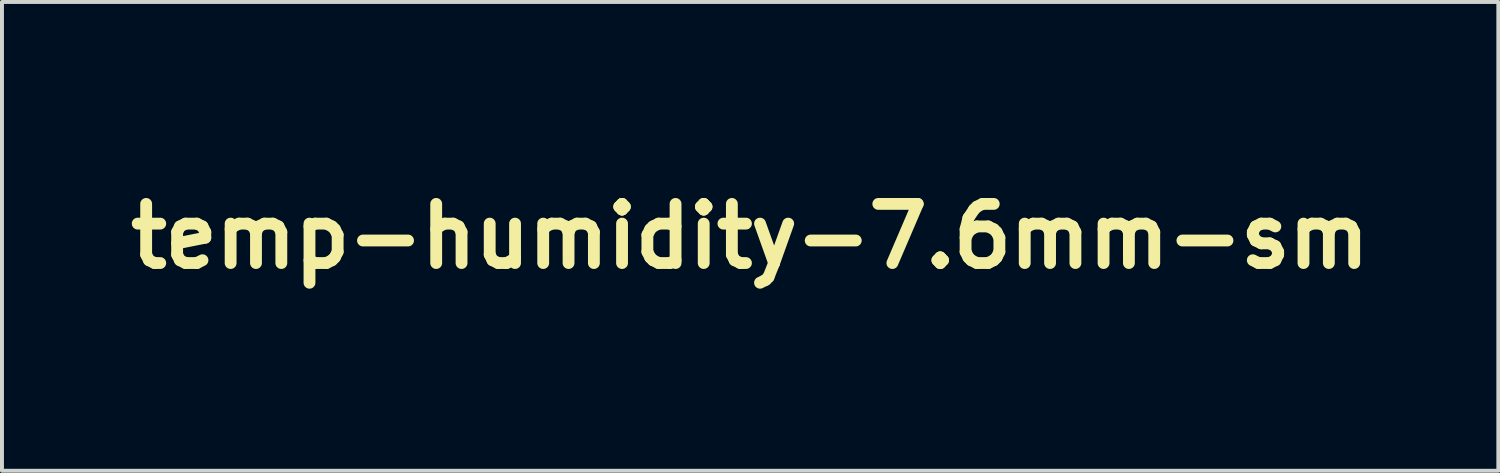
<source format=kicad_pcb>
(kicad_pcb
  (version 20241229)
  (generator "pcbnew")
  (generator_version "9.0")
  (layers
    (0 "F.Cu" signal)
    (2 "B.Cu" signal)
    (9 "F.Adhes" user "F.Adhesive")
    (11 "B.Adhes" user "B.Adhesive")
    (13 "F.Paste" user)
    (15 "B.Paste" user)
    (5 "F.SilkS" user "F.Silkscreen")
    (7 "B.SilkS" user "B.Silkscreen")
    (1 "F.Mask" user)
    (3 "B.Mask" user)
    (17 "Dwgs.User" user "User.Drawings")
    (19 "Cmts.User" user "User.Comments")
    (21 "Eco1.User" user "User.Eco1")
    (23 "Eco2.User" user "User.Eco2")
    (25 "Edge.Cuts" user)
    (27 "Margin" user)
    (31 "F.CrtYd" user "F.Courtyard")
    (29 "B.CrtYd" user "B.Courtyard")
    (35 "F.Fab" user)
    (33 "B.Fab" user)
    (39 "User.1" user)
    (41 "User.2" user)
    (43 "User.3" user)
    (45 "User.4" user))
  (footprint "temp-humidity-7.6mm-sm"
    (layer "F.Cu")
    (at 15.979 2.944)
    (property "Reference" "temp-humidity-7.6mm-sm" (at 0 0 0) (layer "F.SilkS") (effects (font (size 1.5 1.5) (thickness 0.3))))
    (attr board_only exclude_from_pos_files exclude_from_bom)
    (fp_poly (pts (xy 3.165 -1.009) (xy 3.261 -1.006) (xy 3.333 -1.001) (xy 3.386 -0.991) (xy 3.421 -0.977) (xy 3.443 -0.956) (xy 3.455 -0.929) (xy 3.459 -0.893) (xy 3.459 -0.874) (xy 3.446 -0.825) (xy 3.422 -0.794) (xy 3.386 -0.757) (xy 3.058 -0.757) (xy 2.729 -0.757) (xy 2.686 -0.8) (xy 2.654 -0.843) (xy 2.642 -0.883) (xy 2.654 -0.924) (xy 2.686 -0.966) (xy 2.729 -1.009) (xy 3.043 -1.009)) (stroke (width 0) (type solid)) (fill yes) (layer "F.Mask"))
    (fp_poly (pts (xy 3.422 0.304) (xy 3.452 0.349) (xy 3.459 0.384) (xy 3.457 0.424) (xy 3.449 0.455) (xy 3.433 0.479) (xy 3.403 0.496) (xy 3.359 0.507) (xy 3.296 0.514) (xy 3.211 0.518) (xy 3.101 0.519) (xy 3.043 0.52) (xy 2.729 0.52) (xy 2.686 0.476) (xy 2.654 0.434) (xy 2.642 0.393) (xy 2.654 0.353) (xy 2.686 0.311) (xy 2.729 0.267) (xy 3.058 0.267) (xy 3.386 0.267)) (stroke (width 0) (type solid)) (fill yes) (layer "F.Mask"))
    (fp_poly (pts (xy 3.067 -0.368) (xy 3.175 -0.367) (xy 3.257 -0.365) (xy 3.317 -0.363) (xy 3.36 -0.36) (xy 3.389 -0.356) (xy 3.407 -0.35) (xy 3.419 -0.341) (xy 3.429 -0.331) (xy 3.431 -0.329) (xy 3.451 -0.288) (xy 3.459 -0.245) (xy 3.45 -0.199) (xy 3.431 -0.161) (xy 3.421 -0.15) (xy 3.409 -0.141) (xy 3.392 -0.135) (xy 3.365 -0.13) (xy 3.325 -0.127) (xy 3.267 -0.125) (xy 3.189 -0.123) (xy 3.085 -0.122) (xy 3.067 -0.122) (xy 2.731 -0.117) (xy 2.687 -0.161) (xy 2.651 -0.211) (xy 2.645 -0.259) (xy 2.668 -0.308) (xy 2.687 -0.329) (xy 2.731 -0.373)) (stroke (width 0) (type solid)) (fill yes) (layer "F.Mask"))
    (fp_poly (pts (xy 3.141 -1.648) (xy 3.227 -1.645) (xy 3.302 -1.641) (xy 3.36 -1.635) (xy 3.395 -1.628) (xy 3.398 -1.626) (xy 3.44 -1.59) (xy 3.46 -1.541) (xy 3.456 -1.488) (xy 3.428 -1.438) (xy 3.422 -1.432) (xy 3.386 -1.395) (xy 3.054 -1.395) (xy 2.946 -1.396) (xy 2.864 -1.396) (xy 2.803 -1.398) (xy 2.76 -1.4) (xy 2.731 -1.405) (xy 2.712 -1.41) (xy 2.698 -1.419) (xy 2.69 -1.426) (xy 2.655 -1.475) (xy 2.647 -1.529) (xy 2.663 -1.58) (xy 2.703 -1.621) (xy 2.717 -1.629) (xy 2.748 -1.636) (xy 2.802 -1.642) (xy 2.874 -1.646) (xy 2.958 -1.648) (xy 3.049 -1.649)) (stroke (width 0) (type solid)) (fill yes) (layer "F.Mask"))
    (fp_poly (pts (xy 3.125 -2.286) (xy 3.21 -2.285) (xy 3.284 -2.282) (xy 3.341 -2.277) (xy 3.376 -2.272) (xy 3.379 -2.271) (xy 3.428 -2.241) (xy 3.453 -2.196) (xy 3.458 -2.15) (xy 3.452 -2.104) (xy 3.427 -2.07) (xy 3.42 -2.065) (xy 3.406 -2.055) (xy 3.389 -2.047) (xy 3.366 -2.042) (xy 3.332 -2.038) (xy 3.283 -2.036) (xy 3.216 -2.034) (xy 3.126 -2.034) (xy 3.049 -2.034) (xy 2.941 -2.034) (xy 2.858 -2.035) (xy 2.798 -2.036) (xy 2.755 -2.039) (xy 2.726 -2.043) (xy 2.707 -2.049) (xy 2.694 -2.057) (xy 2.687 -2.063) (xy 2.654 -2.114) (xy 2.647 -2.169) (xy 2.665 -2.22) (xy 2.706 -2.261) (xy 2.717 -2.267) (xy 2.745 -2.273) (xy 2.796 -2.279) (xy 2.866 -2.282) (xy 2.948 -2.285) (xy 3.036 -2.286)) (stroke (width 0) (type solid)) (fill yes) (layer "F.Mask"))
    (fp_poly (pts (xy -0.776 0.154) (xy -0.729 0.17) (xy -0.692 0.196) (xy -0.682 0.209) (xy -0.672 0.242) (xy -0.668 0.285) (xy -0.669 0.296) (xy -0.674 0.309) (xy -0.684 0.326) (xy -0.701 0.349) (xy -0.725 0.378) (xy -0.759 0.416) (xy -0.804 0.464) (xy -0.862 0.524) (xy -0.933 0.597) (xy -1.02 0.684) (xy -1.123 0.788) (xy -1.245 0.911) (xy -1.37 1.035) (xy -1.508 1.174) (xy -1.628 1.293) (xy -1.729 1.394) (xy -1.814 1.478) (xy -1.885 1.548) (xy -1.943 1.603) (xy -1.989 1.647) (xy -2.026 1.68) (xy -2.055 1.704) (xy -2.077 1.72) (xy -2.094 1.729) (xy -2.108 1.735) (xy -2.12 1.737) (xy -2.127 1.737) (xy -2.183 1.727) (xy -2.22 1.7) (xy -2.251 1.65) (xy -2.256 1.615) (xy -2.255 1.604) (xy -2.25 1.591) (xy -2.24 1.574) (xy -2.223 1.551) (xy -2.198 1.521) (xy -2.163 1.482) (xy -2.117 1.433) (xy -2.059 1.373) (xy -1.986 1.299) (xy -1.899 1.21) (xy -1.794 1.104) (xy -1.671 0.981) (xy -1.555 0.865) (xy -1.435 0.745) (xy -1.32 0.631) (xy -1.213 0.525) (xy -1.115 0.429) (xy -1.028 0.345) (xy -0.953 0.274) (xy -0.894 0.217) (xy -0.85 0.178) (xy -0.825 0.157) (xy -0.82 0.154)) (stroke (width 0) (type solid)) (fill yes) (layer "F.Mask"))
    (fp_poly (pts (xy -0.798 1.013) (xy -0.699 1.032) (xy -0.676 1.04) (xy -0.59 1.085) (xy -0.509 1.153) (xy -0.44 1.233) (xy -0.401 1.298) (xy -0.371 1.388) (xy -0.358 1.491) (xy -0.362 1.596) (xy -0.384 1.691) (xy -0.385 1.695) (xy -0.439 1.797) (xy -0.513 1.883) (xy -0.604 1.952) (xy -0.707 1.999) (xy -0.817 2.024) (xy -0.93 2.024) (xy -0.994 2.011) (xy -1.107 1.966) (xy -1.201 1.902) (xy -1.275 1.822) (xy -1.329 1.731) (xy -1.363 1.631) (xy -1.376 1.527) (xy -1.372 1.48) (xy -1.124 1.48) (xy -1.123 1.557) (xy -1.105 1.614) (xy -1.071 1.678) (xy -1.027 1.723) (xy -0.972 1.753) (xy -0.905 1.777) (xy -0.842 1.778) (xy -0.788 1.767) (xy -0.729 1.738) (xy -0.673 1.69) (xy -0.631 1.633) (xy -0.63 1.63) (xy -0.617 1.592) (xy -0.61 1.539) (xy -0.609 1.51) (xy -0.622 1.426) (xy -0.659 1.356) (xy -0.715 1.302) (xy -0.786 1.268) (xy -0.868 1.257) (xy -0.923 1.264) (xy -1.002 1.294) (xy -1.062 1.344) (xy -1.097 1.4) (xy -1.124 1.48) (xy -1.372 1.48) (xy -1.367 1.423) (xy -1.337 1.321) (xy -1.285 1.226) (xy -1.21 1.141) (xy -1.113 1.07) (xy -1.091 1.058) (xy -1.004 1.026) (xy -0.903 1.011)) (stroke (width 0) (type solid)) (fill yes) (layer "F.Mask"))
    (fp_poly (pts (xy -1.963 -0.154) (xy -1.91 -0.148) (xy -1.864 -0.134) (xy -1.824 -0.117) (xy -1.718 -0.053) (xy -1.633 0.03) (xy -1.57 0.131) (xy -1.544 0.187) (xy -1.53 0.233) (xy -1.523 0.282) (xy -1.522 0.348) (xy -1.522 0.349) (xy -1.525 0.42) (xy -1.533 0.475) (xy -1.55 0.526) (xy -1.562 0.552) (xy -1.627 0.661) (xy -1.71 0.747) (xy -1.809 0.81) (xy -1.922 0.846) (xy -2.004 0.856) (xy -2.077 0.856) (xy -2.142 0.849) (xy -2.175 0.841) (xy -2.29 0.79) (xy -2.384 0.72) (xy -2.459 0.627) (xy -2.48 0.591) (xy -2.504 0.546) (xy -2.519 0.509) (xy -2.527 0.472) (xy -2.53 0.424) (xy -2.531 0.357) (xy -2.531 0.349) (xy -2.531 0.346) (xy -2.29 0.346) (xy -2.279 0.434) (xy -2.245 0.504) (xy -2.186 0.561) (xy -2.145 0.585) (xy -2.091 0.602) (xy -2.024 0.608) (xy -1.959 0.601) (xy -1.918 0.588) (xy -1.851 0.537) (xy -1.799 0.463) (xy -1.79 0.442) (xy -1.77 0.371) (xy -1.773 0.305) (xy -1.795 0.243) (xy -1.84 0.173) (xy -1.899 0.125) (xy -1.967 0.098) (xy -2.039 0.091) (xy -2.11 0.103) (xy -2.175 0.133) (xy -2.23 0.179) (xy -2.27 0.242) (xy -2.289 0.319) (xy -2.29 0.346) (xy -2.531 0.346) (xy -2.53 0.278) (xy -2.527 0.227) (xy -2.519 0.188) (xy -2.505 0.152) (xy -2.49 0.122) (xy -2.42 0.02) (xy -2.332 -0.064) (xy -2.244 -0.117) (xy -2.194 -0.137) (xy -2.147 -0.149) (xy -2.092 -0.155) (xy -2.034 -0.156)) (stroke (width 0) (type solid)) (fill yes) (layer "F.Mask"))
    (fp_poly (pts (xy 1.826 -2.454) (xy 1.914 -2.414) (xy 1.988 -2.349) (xy 2.045 -2.26) (xy 2.051 -2.249) (xy 2.055 -2.239) (xy 2.058 -2.226) (xy 2.062 -2.21) (xy 2.065 -2.188) (xy 2.067 -2.158) (xy 2.069 -2.12) (xy 2.071 -2.071) (xy 2.073 -2.01) (xy 2.074 -1.935) (xy 2.075 -1.845) (xy 2.076 -1.737) (xy 2.077 -1.61) (xy 2.077 -1.463) (xy 2.077 -1.294) (xy 2.078 -1.101) (xy 2.078 -0.883) (xy 2.078 -0.637) (xy 2.078 -0.486) (xy 2.078 1.218) (xy 2.175 1.312) (xy 2.255 1.402) (xy 2.313 1.494) (xy 2.319 1.509) (xy 2.341 1.555) (xy 2.354 1.593) (xy 2.363 1.631) (xy 2.366 1.679) (xy 2.368 1.743) (xy 2.368 1.781) (xy 2.367 1.857) (xy 2.365 1.911) (xy 2.359 1.953) (xy 2.348 1.99) (xy 2.33 2.031) (xy 2.32 2.052) (xy 2.247 2.173) (xy 2.152 2.275) (xy 2.037 2.356) (xy 2.007 2.372) (xy 1.953 2.397) (xy 1.909 2.414) (xy 1.866 2.423) (xy 1.813 2.428) (xy 1.746 2.43) (xy 1.654 2.43) (xy 1.58 2.424) (xy 1.536 2.415) (xy 1.416 2.362) (xy 1.308 2.288) (xy 1.283 2.267) (xy 1.193 2.166) (xy 1.127 2.053) (xy 1.087 1.932) (xy 1.071 1.805) (xy 1.074 1.756) (xy 1.325 1.756) (xy 1.329 1.865) (xy 1.358 1.958) (xy 1.412 2.041) (xy 1.449 2.078) (xy 1.54 2.144) (xy 1.639 2.181) (xy 1.743 2.189) (xy 1.851 2.169) (xy 1.894 2.153) (xy 1.98 2.1) (xy 2.049 2.026) (xy 2.099 1.937) (xy 2.124 1.836) (xy 2.127 1.79) (xy 2.121 1.705) (xy 2.098 1.629) (xy 2.056 1.558) (xy 1.993 1.487) (xy 1.905 1.412) (xy 1.886 1.398) (xy 1.841 1.363) (xy 1.841 -0.105) (xy 1.841 -1.574) (xy 1.73 -1.574) (xy 1.619 -1.574) (xy 1.615 -0.102) (xy 1.614 0.139) (xy 1.613 0.353) (xy 1.613 0.54) (xy 1.612 0.703) (xy 1.611 0.843) (xy 1.61 0.962) (xy 1.609 1.062) (xy 1.608 1.145) (xy 1.607 1.212) (xy 1.605 1.265) (xy 1.603 1.305) (xy 1.6 1.335) (xy 1.597 1.357) (xy 1.594 1.371) (xy 1.59 1.38) (xy 1.586 1.386) (xy 1.581 1.39) (xy 1.581 1.39) (xy 1.492 1.456) (xy 1.426 1.513) (xy 1.38 1.568) (xy 1.35 1.624) (xy 1.332 1.688) (xy 1.325 1.756) (xy 1.074 1.756) (xy 1.079 1.678) (xy 1.113 1.553) (xy 1.172 1.435) (xy 1.256 1.328) (xy 1.277 1.307) (xy 1.365 1.221) (xy 1.369 -0.492) (xy 1.372 -1.811) (xy 1.618 -1.811) (xy 1.729 -1.811) (xy 1.841 -1.811) (xy 1.841 -1.953) (xy 1.835 -2.06) (xy 1.819 -2.14) (xy 1.792 -2.193) (xy 1.755 -2.219) (xy 1.707 -2.217) (xy 1.693 -2.212) (xy 1.662 -2.194) (xy 1.641 -2.166) (xy 1.627 -2.122) (xy 1.62 -2.059) (xy 1.618 -1.972) (xy 1.618 -1.966) (xy 1.618 -1.811) (xy 1.372 -1.811) (xy 1.373 -2.204) (xy 1.405 -2.264) (xy 1.467 -2.352) (xy 1.545 -2.416) (xy 1.634 -2.455) (xy 1.724 -2.467)) (stroke (width 0) (type solid)) (fill yes) (layer "F.Mask"))
    (fp_poly (pts (xy 1.843 -2.936) (xy 1.96 -2.911) (xy 1.961 -2.911) (xy 2.095 -2.854) (xy 2.217 -2.772) (xy 2.323 -2.668) (xy 2.411 -2.547) (xy 2.476 -2.411) (xy 2.483 -2.39) (xy 2.516 -2.294) (xy 2.52 -0.677) (xy 2.525 0.939) (xy 2.584 1) (xy 2.652 1.082) (xy 2.718 1.182) (xy 2.776 1.29) (xy 2.821 1.397) (xy 2.822 1.4) (xy 2.868 1.578) (xy 2.886 1.754) (xy 2.878 1.927) (xy 2.845 2.094) (xy 2.788 2.252) (xy 2.709 2.4) (xy 2.61 2.536) (xy 2.492 2.656) (xy 2.357 2.758) (xy 2.206 2.841) (xy 2.041 2.901) (xy 1.863 2.937) (xy 1.796 2.943) (xy 1.724 2.945) (xy 1.646 2.944) (xy 1.588 2.939) (xy 1.41 2.903) (xy 1.242 2.841) (xy 1.086 2.754) (xy 0.946 2.645) (xy 0.823 2.515) (xy 0.72 2.366) (xy 0.64 2.202) (xy 0.614 2.13) (xy 0.589 2.025) (xy 0.572 1.903) (xy 0.565 1.776) (xy 0.566 1.75) (xy 0.818 1.75) (xy 0.82 1.833) (xy 0.825 1.915) (xy 0.832 1.977) (xy 0.844 2.032) (xy 0.864 2.09) (xy 0.874 2.115) (xy 0.946 2.26) (xy 1.04 2.387) (xy 1.153 2.495) (xy 1.282 2.582) (xy 1.424 2.645) (xy 1.575 2.684) (xy 1.733 2.696) (xy 1.767 2.695) (xy 1.838 2.688) (xy 1.91 2.678) (xy 1.968 2.665) (xy 1.974 2.664) (xy 2.123 2.605) (xy 2.258 2.521) (xy 2.379 2.416) (xy 2.48 2.293) (xy 2.559 2.155) (xy 2.604 2.035) (xy 2.632 1.89) (xy 2.636 1.736) (xy 2.615 1.584) (xy 2.571 1.44) (xy 2.562 1.42) (xy 2.521 1.339) (xy 2.469 1.257) (xy 2.412 1.181) (xy 2.356 1.121) (xy 2.335 1.102) (xy 2.279 1.057) (xy 2.271 -0.611) (xy 2.264 -2.279) (xy 2.218 -2.375) (xy 2.149 -2.486) (xy 2.059 -2.577) (xy 1.949 -2.646) (xy 1.945 -2.648) (xy 1.889 -2.673) (xy 1.842 -2.686) (xy 1.79 -2.692) (xy 1.729 -2.693) (xy 1.6 -2.678) (xy 1.483 -2.638) (xy 1.38 -2.572) (xy 1.295 -2.484) (xy 1.239 -2.395) (xy 1.195 -2.308) (xy 1.188 -0.637) (xy 1.18 1.035) (xy 1.071 1.15) (xy 0.993 1.241) (xy 0.933 1.331) (xy 0.905 1.383) (xy 0.864 1.476) (xy 0.837 1.562) (xy 0.823 1.65) (xy 0.818 1.75) (xy 0.566 1.75) (xy 0.569 1.654) (xy 0.578 1.581) (xy 0.609 1.454) (xy 0.659 1.324) (xy 0.721 1.198) (xy 0.794 1.084) (xy 0.872 0.991) (xy 0.882 0.981) (xy 0.935 0.929) (xy 0.935 -0.668) (xy 0.935 -0.927) (xy 0.935 -1.158) (xy 0.935 -1.363) (xy 0.936 -1.544) (xy 0.936 -1.702) (xy 0.937 -1.839) (xy 0.939 -1.957) (xy 0.941 -2.058) (xy 0.943 -2.143) (xy 0.947 -2.214) (xy 0.951 -2.273) (xy 0.956 -2.321) (xy 0.962 -2.362) (xy 0.969 -2.395) (xy 0.977 -2.423) (xy 0.987 -2.448) (xy 0.998 -2.471) (xy 1.01 -2.495) (xy 1.024 -2.52) (xy 1.028 -2.528) (xy 1.112 -2.654) (xy 1.217 -2.761) (xy 1.342 -2.847) (xy 1.475 -2.906) (xy 1.589 -2.934) (xy 1.716 -2.944)) (stroke (width 0) (type solid)) (fill yes) (layer "F.Mask"))
    (fp_poly (pts (xy -1.402 -2.932) (xy -1.382 -2.919) (xy -1.366 -2.894) (xy -1.344 -2.846) (xy -1.32 -2.783) (xy -1.298 -2.719) (xy -1.215 -2.475) (xy -1.116 -2.223) (xy -1.004 -1.968) (xy -0.881 -1.715) (xy -0.751 -1.468) (xy -0.615 -1.234) (xy -0.477 -1.016) (xy -0.339 -0.819) (xy -0.262 -0.72) (xy -0.214 -0.662) (xy -0.153 -0.591) (xy -0.087 -0.517) (xy -0.024 -0.447) (xy -0.022 -0.445) (xy 0.139 -0.253) (xy 0.271 -0.054) (xy 0.377 0.153) (xy 0.456 0.37) (xy 0.509 0.599) (xy 0.513 0.621) (xy 0.525 0.727) (xy 0.532 0.849) (xy 0.533 0.98) (xy 0.528 1.111) (xy 0.518 1.234) (xy 0.503 1.34) (xy 0.492 1.389) (xy 0.416 1.634) (xy 0.317 1.861) (xy 0.195 2.069) (xy 0.051 2.258) (xy -0.116 2.428) (xy -0.303 2.578) (xy -0.512 2.707) (xy -0.576 2.739) (xy -0.773 2.823) (xy -0.983 2.887) (xy -1.2 2.929) (xy -1.417 2.947) (xy -1.626 2.942) (xy -1.655 2.939) (xy -1.9 2.899) (xy -2.129 2.834) (xy -2.345 2.742) (xy -2.548 2.624) (xy -2.74 2.479) (xy -2.874 2.355) (xy -3.02 2.195) (xy -3.142 2.032) (xy -3.242 1.86) (xy -3.325 1.672) (xy -3.363 1.568) (xy -3.413 1.389) (xy -3.444 1.205) (xy -3.455 1.053) (xy -3.209 1.053) (xy -3.181 1.269) (xy -3.127 1.481) (xy -3.047 1.686) (xy -2.94 1.88) (xy -2.869 1.983) (xy -2.724 2.154) (xy -2.56 2.304) (xy -2.381 2.431) (xy -2.19 2.536) (xy -1.987 2.615) (xy -1.778 2.669) (xy -1.563 2.696) (xy -1.345 2.694) (xy -1.261 2.686) (xy -1.036 2.644) (xy -0.822 2.575) (xy -0.621 2.481) (xy -0.435 2.365) (xy -0.267 2.226) (xy -0.116 2.067) (xy 0.013 1.89) (xy 0.121 1.695) (xy 0.205 1.485) (xy 0.239 1.369) (xy 0.277 1.159) (xy 0.289 0.943) (xy 0.274 0.725) (xy 0.232 0.51) (xy 0.165 0.302) (xy 0.119 0.197) (xy 0.067 0.095) (xy 0.013 0.002) (xy -0.049 -0.087) (xy -0.123 -0.181) (xy -0.214 -0.284) (xy -0.239 -0.312) (xy -0.378 -0.469) (xy -0.499 -0.617) (xy -0.609 -0.764) (xy -0.69 -0.883) (xy -0.815 -1.08) (xy -0.941 -1.298) (xy -1.066 -1.529) (xy -1.184 -1.764) (xy -1.291 -1.995) (xy -1.376 -2.198) (xy -1.463 -2.414) (xy -1.551 -2.191) (xy -1.608 -2.053) (xy -1.679 -1.897) (xy -1.758 -1.73) (xy -1.844 -1.559) (xy -1.932 -1.391) (xy -2.019 -1.234) (xy -2.086 -1.118) (xy -2.28 -0.819) (xy -2.493 -0.536) (xy -2.67 -0.33) (xy -2.762 -0.226) (xy -2.836 -0.138) (xy -2.896 -0.059) (xy -2.947 0.017) (xy -2.992 0.095) (xy -3.035 0.18) (xy -3.043 0.195) (xy -3.126 0.403) (xy -3.181 0.617) (xy -3.209 0.834) (xy -3.209 1.053) (xy -3.455 1.053) (xy -3.458 1.008) (xy -3.459 0.941) (xy -3.446 0.697) (xy -3.405 0.465) (xy -3.337 0.242) (xy -3.241 0.029) (xy -3.117 -0.176) (xy -2.965 -0.374) (xy -2.908 -0.438) (xy -2.722 -0.65) (xy -2.559 -0.858) (xy -2.411 -1.069) (xy -2.29 -1.264) (xy -2.09 -1.622) (xy -1.917 -1.972) (xy -1.769 -2.318) (xy -1.644 -2.663) (xy -1.634 -2.694) (xy -1.609 -2.768) (xy -1.584 -2.833) (xy -1.562 -2.884) (xy -1.546 -2.913) (xy -1.543 -2.916) (xy -1.502 -2.939) (xy -1.451 -2.944)) (stroke (width 0) (type solid)) (fill yes) (layer "F.Mask")))
  (gr_rect
    (start -3 -3)
    (end 34.957 8.892)
    (stroke (width 0.1) (type default))
    (fill no)
    (layer "Edge.Cuts")))
</source>
